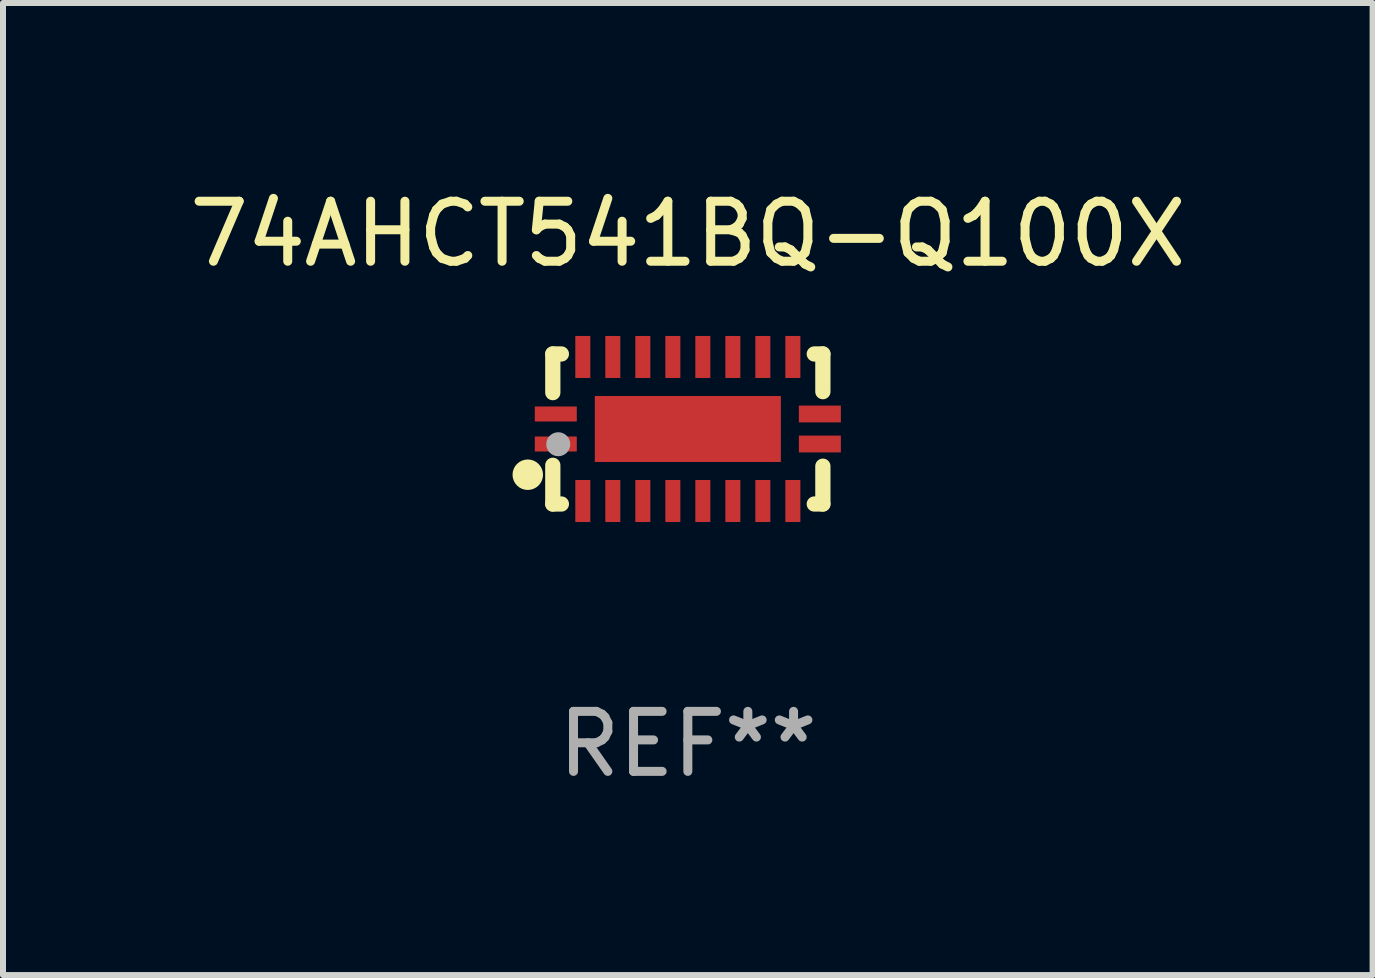
<source format=kicad_pcb>
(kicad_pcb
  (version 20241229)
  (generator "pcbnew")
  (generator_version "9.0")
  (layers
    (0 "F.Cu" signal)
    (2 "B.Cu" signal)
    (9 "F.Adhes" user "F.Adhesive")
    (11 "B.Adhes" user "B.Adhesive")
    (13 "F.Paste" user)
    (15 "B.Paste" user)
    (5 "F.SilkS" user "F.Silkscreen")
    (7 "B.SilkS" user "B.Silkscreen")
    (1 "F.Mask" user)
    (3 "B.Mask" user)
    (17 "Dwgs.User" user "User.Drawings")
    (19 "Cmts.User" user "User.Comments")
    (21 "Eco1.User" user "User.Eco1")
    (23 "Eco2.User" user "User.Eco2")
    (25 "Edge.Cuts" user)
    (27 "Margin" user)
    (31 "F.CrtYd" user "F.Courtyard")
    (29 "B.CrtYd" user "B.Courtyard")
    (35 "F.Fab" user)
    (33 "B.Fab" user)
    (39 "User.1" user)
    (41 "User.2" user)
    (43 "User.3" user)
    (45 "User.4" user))
  (footprint "74AHCT541BQ-Q100X"
    (layer "F.Cu")
    (at 8.411 4.098)
    (property "Reference" "74AHCT541BQ-Q100X" (at 0 -3.25 0) (layer "F.SilkS") (effects (font (size 1 1) (thickness 0.15))))
    (attr through_hole)
    (fp_line (start -2.25 0.605) (end -2.25 1.25) (stroke (width 0.254) (type solid)) (layer "F.SilkS"))
    (fp_line (start -2.25 1.25) (end -2.107 1.25) (stroke (width 0.254) (type solid)) (layer "F.SilkS"))
    (fp_line (start -2.25 -1.25) (end -2.25 -0.606) (stroke (width 0.254) (type solid)) (layer "F.SilkS"))
    (fp_line (start -2.25 -1.25) (end -2.107 -1.25) (stroke (width 0.254) (type solid)) (layer "F.SilkS"))
    (fp_line (start 2.107 -1.25) (end 2.25 -1.25) (stroke (width 0.254) (type solid)) (layer "F.SilkS"))
    (fp_line (start 2.107 1.25) (end 2.25 1.25) (stroke (width 0.254) (type solid)) (layer "F.SilkS"))
    (fp_line (start 2.25 -1.25) (end 2.25 -0.622) (stroke (width 0.254) (type solid)) (layer "F.SilkS"))
    (fp_line (start 2.25 0.62) (end 2.25 1.25) (stroke (width 0.254) (type solid)) (layer "F.SilkS"))
    (fp_circle (center -2.667 0.762) (end -2.54 0.762) (stroke (width 0.254) (type solid)) (fill no) (layer "F.SilkS"))
    (fp_circle (center -2.25 1.249) (end -2.22 1.249) (stroke (width 0.06) (type solid)) (fill no) (layer "F.SilkS"))
    (fp_circle (center -2.159 0.254) (end -2.059 0.254) (stroke (width 0.2) (type solid)) (fill no) (layer "F.Fab"))
    (fp_text user "REF**" (at 0 5.25 0) (layer "F.Fab") (effects (font (size 1 1) (thickness 0.15))))
    (pad "1" smd rect (at -2.2 0.25 180) (size 0.7 0.25) (layers "F.Cu" "F.Mask" "F.Paste"))
    (pad "2" smd rect (at -1.75 1.2 90) (size 0.7 0.25) (layers "F.Cu" "F.Mask" "F.Paste"))
    (pad "3" smd rect (at -1.25 1.2 90) (size 0.7 0.25) (layers "F.Cu" "F.Mask" "F.Paste"))
    (pad "4" smd rect (at -0.75 1.2 90) (size 0.7 0.25) (layers "F.Cu" "F.Mask" "F.Paste"))
    (pad "5" smd rect (at -0.25 1.2 90) (size 0.7 0.25) (layers "F.Cu" "F.Mask" "F.Paste"))
    (pad "6" smd rect (at 0.25 1.2 90) (size 0.7 0.25) (layers "F.Cu" "F.Mask" "F.Paste"))
    (pad "7" smd rect (at 0.75 1.2 90) (size 0.7 0.25) (layers "F.Cu" "F.Mask" "F.Paste"))
    (pad "8" smd rect (at 1.25 1.2 90) (size 0.7 0.25) (layers "F.Cu" "F.Mask" "F.Paste"))
    (pad "9" smd rect (at 1.75 1.2 90) (size 0.7 0.25) (layers "F.Cu" "F.Mask" "F.Paste"))
    (pad "10" smd rect (at 2.2 0.25 180) (size 0.7 0.28) (layers "F.Cu" "F.Mask" "F.Paste"))
    (pad "11" smd rect (at 2.2 -0.25 180) (size 0.7 0.28) (layers "F.Cu" "F.Mask" "F.Paste"))
    (pad "12" smd rect (at 1.75 -1.2 90) (size 0.7 0.25) (layers "F.Cu" "F.Mask" "F.Paste"))
    (pad "13" smd rect (at 1.25 -1.2 90) (size 0.7 0.25) (layers "F.Cu" "F.Mask" "F.Paste"))
    (pad "14" smd rect (at 0.75 -1.2 90) (size 0.7 0.25) (layers "F.Cu" "F.Mask" "F.Paste"))
    (pad "15" smd rect (at 0.25 -1.2 90) (size 0.7 0.25) (layers "F.Cu" "F.Mask" "F.Paste"))
    (pad "16" smd rect (at -0.25 -1.2 90) (size 0.7 0.25) (layers "F.Cu" "F.Mask" "F.Paste"))
    (pad "17" smd rect (at -0.75 -1.2 90) (size 0.7 0.25) (layers "F.Cu" "F.Mask" "F.Paste"))
    (pad "18" smd rect (at -1.25 -1.2 90) (size 0.7 0.25) (layers "F.Cu" "F.Mask" "F.Paste"))
    (pad "19" smd rect (at -1.75 -1.2 90) (size 0.7 0.25) (layers "F.Cu" "F.Mask" "F.Paste"))
    (pad "20" smd rect (at -2.2 -0.25 180) (size 0.7 0.25) (layers "F.Cu" "F.Mask" "F.Paste"))
    (pad "21" smd rect (at 0 -0.000013 180) (size 3.1 1.1) (layers "F.Cu" "F.Mask" "F.Paste")))
  (gr_rect
    (start -3 -3)
    (end 19.821 13.197)
    (stroke (width 0.1) (type default))
    (fill no)
    (layer "Edge.Cuts")))
</source>
